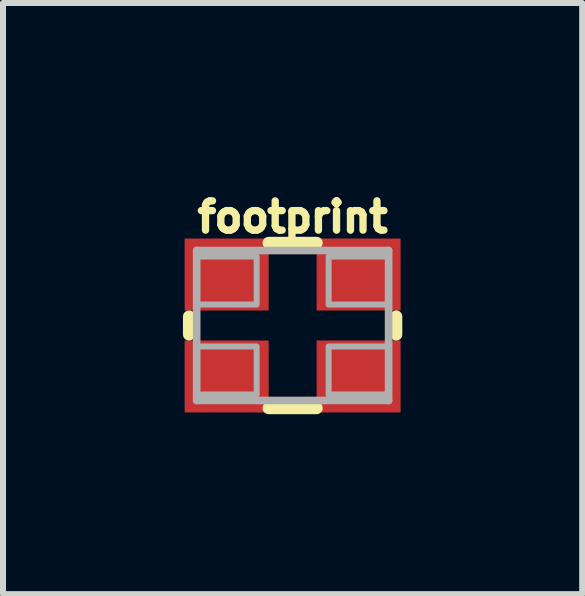
<source format=kicad_pcb>
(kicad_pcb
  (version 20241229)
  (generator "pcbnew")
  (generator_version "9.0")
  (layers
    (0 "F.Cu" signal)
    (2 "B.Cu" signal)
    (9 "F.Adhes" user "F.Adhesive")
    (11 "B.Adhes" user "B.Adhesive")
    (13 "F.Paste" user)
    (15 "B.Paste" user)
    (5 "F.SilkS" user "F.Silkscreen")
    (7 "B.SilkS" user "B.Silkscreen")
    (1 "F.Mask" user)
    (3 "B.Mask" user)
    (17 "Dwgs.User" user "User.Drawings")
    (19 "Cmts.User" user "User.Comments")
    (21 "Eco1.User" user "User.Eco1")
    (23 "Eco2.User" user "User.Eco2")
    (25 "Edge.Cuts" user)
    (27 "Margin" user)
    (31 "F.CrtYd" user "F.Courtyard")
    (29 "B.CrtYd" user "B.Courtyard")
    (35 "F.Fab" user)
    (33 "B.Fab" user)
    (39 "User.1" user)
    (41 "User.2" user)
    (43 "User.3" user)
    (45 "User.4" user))
  (footprint "footprint"
    (layer "F.Cu")
    (at 1.829 2.377)
    (property "Reference" "footprint" (at 0 -1.524 0) (layer "F.SilkS") (effects (font (size 0.488 0.488) (thickness 0.122)) (justify bottom)))
    (fp_line (start -1.727 0.15) (end -1.727 -0.15) (stroke (width 0.203) (type solid)) (layer "F.SilkS"))
    (fp_line (start -0.4 -1.377) (end 0.4 -1.377) (stroke (width 0.203) (type solid)) (layer "F.SilkS"))
    (fp_line (start 0.4 1.377) (end -0.4 1.377) (stroke (width 0.203) (type solid)) (layer "F.SilkS"))
    (fp_line (start 1.727 -0.15) (end 1.727 0.15) (stroke (width 0.203) (type solid)) (layer "F.SilkS"))
    (fp_line (start -1.6 -1.25) (end 1.6 -1.25) (stroke (width 0.127) (type solid)) (layer "F.Fab"))
    (fp_line (start -1.6 1.25) (end -1.6 -1.25) (stroke (width 0.127) (type solid)) (layer "F.Fab"))
    (fp_line (start 1.6 -1.25) (end 1.6 1.25) (stroke (width 0.127) (type solid)) (layer "F.Fab"))
    (fp_line (start 1.6 1.25) (end -1.6 1.25) (stroke (width 0.127) (type solid)) (layer "F.Fab"))
    (fp_poly (pts (xy -1.6 -0.35) (xy -0.6 -0.35) (xy -0.6 -1.15) (xy -1.6 -1.15)) (stroke (width 0.1) (type solid)) (fill no) (layer "F.Fab"))
    (fp_poly (pts (xy -1.6 1.15) (xy -0.6 1.15) (xy -0.6 0.35) (xy -1.6 0.35)) (stroke (width 0.1) (type solid)) (fill no) (layer "F.Fab"))
    (fp_poly (pts (xy 1.6 -1.15) (xy 0.6 -1.15) (xy 0.6 -0.35) (xy 1.6 -0.35)) (stroke (width 0.1) (type solid)) (fill no) (layer "F.Fab"))
    (fp_poly (pts (xy 1.6 0.35) (xy 0.6 0.35) (xy 0.6 1.15) (xy 1.6 1.15)) (stroke (width 0.1) (type solid)) (fill no) (layer "F.Fab"))
    (pad "1" smd rect (at -1.1 0.85 180) (size 1.4 1.2) (layers "F.Cu" "F.Mask" "F.Paste"))
    (pad "2" smd rect (at 1.1 0.85) (size 1.4 1.2) (layers "F.Cu" "F.Mask" "F.Paste"))
    (pad "3" smd rect (at 1.1 -0.85) (size 1.4 1.2) (layers "F.Cu" "F.Mask" "F.Paste"))
    (pad "4" smd rect (at -1.1 -0.85 180) (size 1.4 1.2) (layers "F.Cu" "F.Mask" "F.Paste")))
  (gr_rect
    (start -3 -3)
    (end 6.657 6.856)
    (stroke (width 0.1) (type default))
    (fill no)
    (layer "Edge.Cuts")))
</source>
